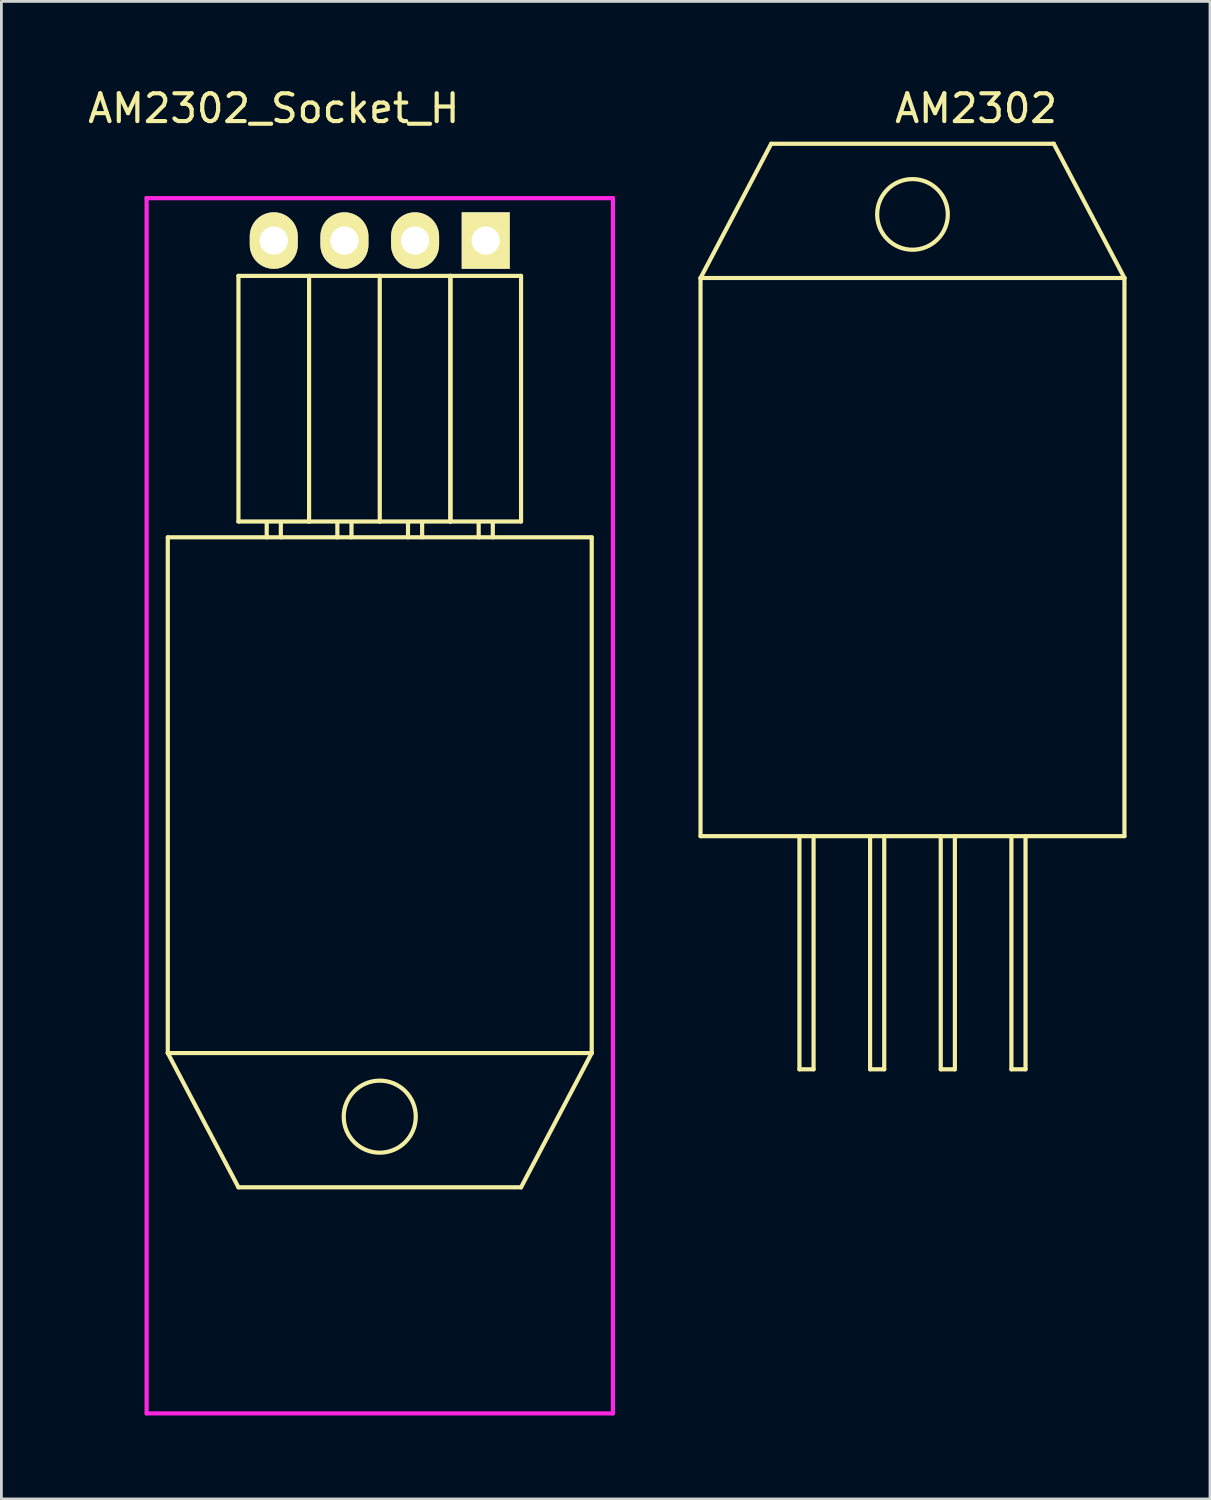
<source format=kicad_pcb>
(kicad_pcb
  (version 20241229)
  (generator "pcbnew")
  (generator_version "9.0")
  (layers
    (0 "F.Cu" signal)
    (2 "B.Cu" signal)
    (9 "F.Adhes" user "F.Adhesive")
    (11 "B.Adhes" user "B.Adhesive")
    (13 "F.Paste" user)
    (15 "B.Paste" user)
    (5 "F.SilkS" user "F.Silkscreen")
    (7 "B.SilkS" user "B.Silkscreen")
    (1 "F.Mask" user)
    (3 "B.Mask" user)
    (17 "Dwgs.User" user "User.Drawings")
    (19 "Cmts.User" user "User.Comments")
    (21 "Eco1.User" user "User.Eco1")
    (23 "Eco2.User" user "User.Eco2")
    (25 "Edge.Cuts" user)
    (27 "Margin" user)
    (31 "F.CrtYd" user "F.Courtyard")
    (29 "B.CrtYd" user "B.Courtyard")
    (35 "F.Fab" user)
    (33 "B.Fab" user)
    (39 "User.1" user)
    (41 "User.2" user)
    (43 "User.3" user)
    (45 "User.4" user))
  (footprint "AM2302_Socket_H"
    (layer "F.Cu")
    (at 6.792 5.598)
    (property "Reference" "AM2302_Socket_H" (at 0 -4.75 0) (layer "F.SilkS") (effects (font (size 1 1) (thickness 0.15))))
    (attr through_hole)
    (fp_line (start -3.81 10.668) (end -3.81 29.21) (stroke (width 0.15) (type solid)) (layer "F.SilkS"))
    (fp_line (start -3.81 29.21) (end 11.43 29.21) (stroke (width 0.15) (type solid)) (layer "F.SilkS"))
    (fp_line (start -1.27 10.1) (end -1.27 1.27) (stroke (width 0.15) (type solid)) (layer "F.SilkS"))
    (fp_line (start -1.27 34.036) (end -3.81 29.21) (stroke (width 0.15) (type solid)) (layer "F.SilkS"))
    (fp_line (start -0.254 10.16) (end -0.254 10.668) (stroke (width 0.15) (type solid)) (layer "F.SilkS"))
    (fp_line (start 0.254 10.16) (end 0.254 10.668) (stroke (width 0.15) (type solid)) (layer "F.SilkS"))
    (fp_line (start 1.27 1.27) (end -1.27 1.27) (stroke (width 0.15) (type solid)) (layer "F.SilkS"))
    (fp_line (start 1.27 10.1) (end -1.27 10.1) (stroke (width 0.15) (type solid)) (layer "F.SilkS"))
    (fp_line (start 1.27 10.1) (end 1.27 1.27) (stroke (width 0.15) (type solid)) (layer "F.SilkS"))
    (fp_line (start 2.286 10.16) (end 2.286 10.668) (stroke (width 0.15) (type solid)) (layer "F.SilkS"))
    (fp_line (start 2.794 10.16) (end 2.794 10.668) (stroke (width 0.15) (type solid)) (layer "F.SilkS"))
    (fp_line (start 3.81 1.27) (end 1.27 1.27) (stroke (width 0.15) (type solid)) (layer "F.SilkS"))
    (fp_line (start 3.81 10.1) (end 1.27 10.1) (stroke (width 0.15) (type solid)) (layer "F.SilkS"))
    (fp_line (start 3.81 10.1) (end 3.81 1.27) (stroke (width 0.15) (type solid)) (layer "F.SilkS"))
    (fp_line (start 4.826 10.16) (end 4.826 10.668) (stroke (width 0.15) (type solid)) (layer "F.SilkS"))
    (fp_line (start 5.334 10.16) (end 5.334 10.668) (stroke (width 0.15) (type solid)) (layer "F.SilkS"))
    (fp_line (start 6.35 1.27) (end 3.81 1.27) (stroke (width 0.15) (type solid)) (layer "F.SilkS"))
    (fp_line (start 6.35 1.27) (end 6.35 10.1) (stroke (width 0.15) (type solid)) (layer "F.SilkS"))
    (fp_line (start 6.35 10.1) (end 3.81 10.1) (stroke (width 0.15) (type solid)) (layer "F.SilkS"))
    (fp_line (start 6.35 10.1) (end 6.35 1.27) (stroke (width 0.15) (type solid)) (layer "F.SilkS"))
    (fp_line (start 7.366 10.16) (end 7.366 10.668) (stroke (width 0.15) (type solid)) (layer "F.SilkS"))
    (fp_line (start 7.874 10.16) (end 7.874 10.668) (stroke (width 0.15) (type solid)) (layer "F.SilkS"))
    (fp_line (start 8.89 1.27) (end 6.35 1.27) (stroke (width 0.15) (type solid)) (layer "F.SilkS"))
    (fp_line (start 8.89 1.27) (end 8.89 10.1) (stroke (width 0.15) (type solid)) (layer "F.SilkS"))
    (fp_line (start 8.89 10.1) (end 6.35 10.1) (stroke (width 0.15) (type solid)) (layer "F.SilkS"))
    (fp_line (start 8.89 34.036) (end -1.27 34.036) (stroke (width 0.15) (type solid)) (layer "F.SilkS"))
    (fp_line (start 11.43 10.668) (end -3.81 10.668) (stroke (width 0.15) (type solid)) (layer "F.SilkS"))
    (fp_line (start 11.43 29.21) (end 8.89 34.036) (stroke (width 0.15) (type solid)) (layer "F.SilkS"))
    (fp_line (start 11.43 29.21) (end 11.43 10.668) (stroke (width 0.15) (type solid)) (layer "F.SilkS"))
    (fp_circle (center 3.81 31.496) (end 5.08 31.242) (stroke (width 0.15) (type solid)) (fill no) (layer "F.SilkS"))
    (fp_line (start -4.572 -1.524) (end -4.572 42.164) (stroke (width 0.15) (type solid)) (layer "F.CrtYd"))
    (fp_line (start -4.572 -1.524) (end 12.192 -1.524) (stroke (width 0.15) (type solid)) (layer "F.CrtYd"))
    (fp_line (start -4.572 42.164) (end 12.192 42.164) (stroke (width 0.15) (type solid)) (layer "F.CrtYd"))
    (fp_line (start 12.192 42.164) (end 12.192 -1.524) (stroke (width 0.15) (type solid)) (layer "F.CrtYd"))
    (pad "1" thru_hole rect (at 7.62 0 180) (size 1.727 2.032) (drill 1.016) (layers "*.Cu" "*.Mask" "F.SilkS"))
    (pad "2" thru_hole oval (at 5.08 0 180) (size 1.727 2.032) (drill 1.016) (layers "*.Cu" "*.Mask" "F.SilkS"))
    (pad "3" thru_hole oval (at 2.54 0 180) (size 1.727 2.032) (drill 1.016) (layers "*.Cu" "*.Mask" "F.SilkS"))
    (pad "4" thru_hole oval (at 0 0 180) (size 1.727 2.032) (drill 1.016) (layers "*.Cu" "*.Mask" "F.SilkS")))
  (footprint "AM2302"
    (layer "F.Cu")
    (at 29.754 4.658)
    (property "Reference" "AM2302" (at 2.286 -3.81 0) (layer "F.SilkS") (effects (font (size 1 1) (thickness 0.15))))
    (attr through_hole)
    (fp_line (start -7.62 2.286) (end -7.62 22.352) (stroke (width 0.15) (type solid)) (layer "F.SilkS"))
    (fp_line (start -7.62 2.286) (end -5.08 -2.54) (stroke (width 0.15) (type solid)) (layer "F.SilkS"))
    (fp_line (start -7.62 2.286) (end 7.62 2.286) (stroke (width 0.15) (type solid)) (layer "F.SilkS"))
    (fp_line (start -7.62 22.352) (end 7.62 22.352) (stroke (width 0.15) (type solid)) (layer "F.SilkS"))
    (fp_line (start -5.08 -2.54) (end 5.08 -2.54) (stroke (width 0.15) (type solid)) (layer "F.SilkS"))
    (fp_line (start -4.064 22.352) (end -4.064 30.734) (stroke (width 0.15) (type solid)) (layer "F.SilkS"))
    (fp_line (start -4.064 30.734) (end -3.556 30.734) (stroke (width 0.15) (type solid)) (layer "F.SilkS"))
    (fp_line (start -3.556 22.352) (end -3.556 30.734) (stroke (width 0.15) (type solid)) (layer "F.SilkS"))
    (fp_line (start -1.524 22.352) (end -1.524 30.734) (stroke (width 0.15) (type solid)) (layer "F.SilkS"))
    (fp_line (start -1.524 30.734) (end -1.016 30.734) (stroke (width 0.15) (type solid)) (layer "F.SilkS"))
    (fp_line (start -1.016 22.352) (end -1.016 30.734) (stroke (width 0.15) (type solid)) (layer "F.SilkS"))
    (fp_line (start 1.016 22.352) (end 1.016 30.734) (stroke (width 0.15) (type solid)) (layer "F.SilkS"))
    (fp_line (start 1.016 30.734) (end 1.524 30.734) (stroke (width 0.15) (type solid)) (layer "F.SilkS"))
    (fp_line (start 1.524 22.352) (end 1.524 30.734) (stroke (width 0.15) (type solid)) (layer "F.SilkS"))
    (fp_line (start 3.556 22.352) (end 3.556 30.734) (stroke (width 0.15) (type solid)) (layer "F.SilkS"))
    (fp_line (start 3.556 30.734) (end 4.064 30.734) (stroke (width 0.15) (type solid)) (layer "F.SilkS"))
    (fp_line (start 4.064 22.352) (end 4.064 30.734) (stroke (width 0.15) (type solid)) (layer "F.SilkS"))
    (fp_line (start 7.62 2.286) (end 5.08 -2.54) (stroke (width 0.15) (type solid)) (layer "F.SilkS"))
    (fp_line (start 7.62 2.286) (end 7.62 22.352) (stroke (width 0.15) (type solid)) (layer "F.SilkS"))
    (fp_circle (center 0 0) (end 1.27 0) (stroke (width 0.15) (type solid)) (fill no) (layer "F.SilkS")))
  (gr_rect
    (start -3 -3)
    (end 40.449 50.837)
    (stroke (width 0.1) (type default))
    (fill no)
    (layer "Edge.Cuts")))
</source>
